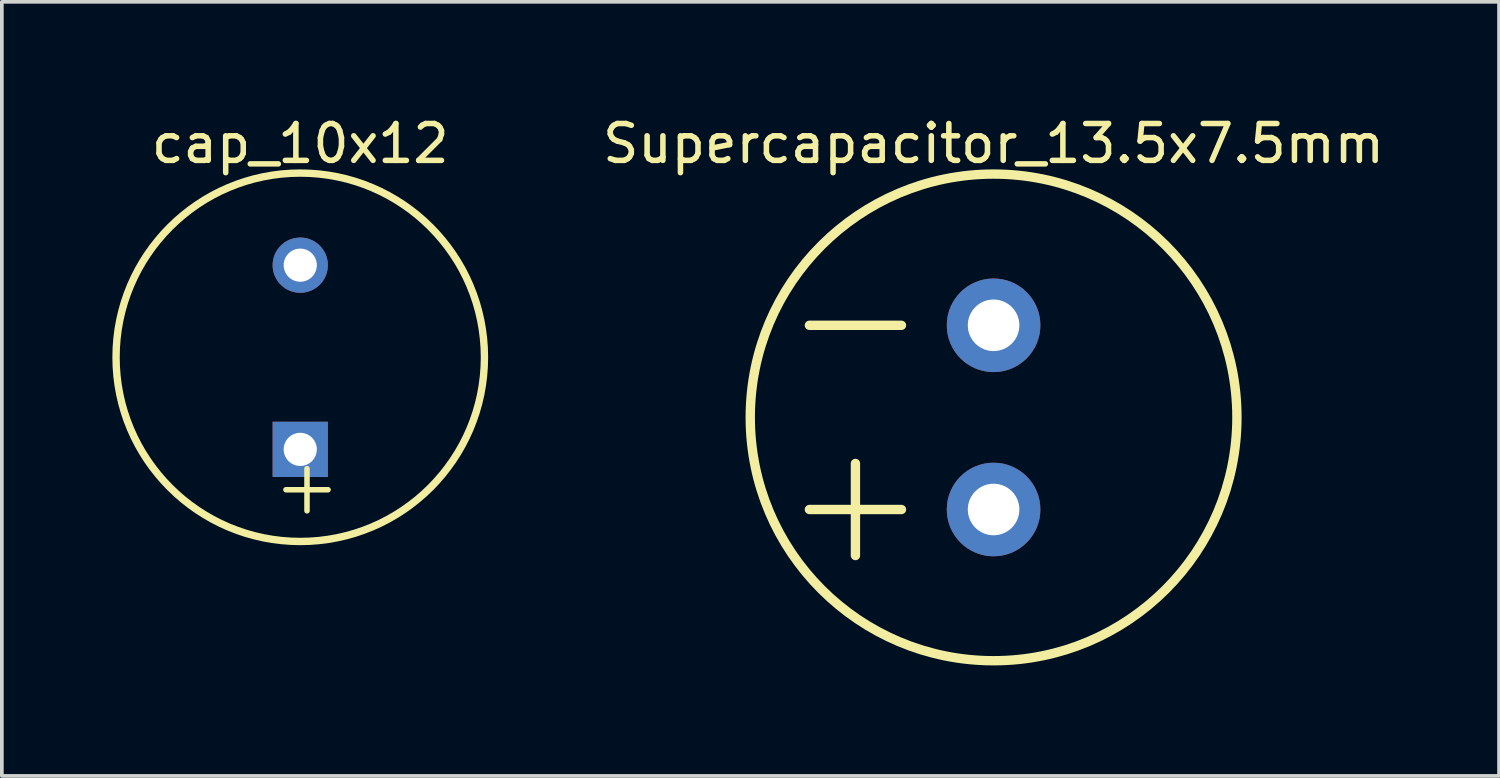
<source format=kicad_pcb>
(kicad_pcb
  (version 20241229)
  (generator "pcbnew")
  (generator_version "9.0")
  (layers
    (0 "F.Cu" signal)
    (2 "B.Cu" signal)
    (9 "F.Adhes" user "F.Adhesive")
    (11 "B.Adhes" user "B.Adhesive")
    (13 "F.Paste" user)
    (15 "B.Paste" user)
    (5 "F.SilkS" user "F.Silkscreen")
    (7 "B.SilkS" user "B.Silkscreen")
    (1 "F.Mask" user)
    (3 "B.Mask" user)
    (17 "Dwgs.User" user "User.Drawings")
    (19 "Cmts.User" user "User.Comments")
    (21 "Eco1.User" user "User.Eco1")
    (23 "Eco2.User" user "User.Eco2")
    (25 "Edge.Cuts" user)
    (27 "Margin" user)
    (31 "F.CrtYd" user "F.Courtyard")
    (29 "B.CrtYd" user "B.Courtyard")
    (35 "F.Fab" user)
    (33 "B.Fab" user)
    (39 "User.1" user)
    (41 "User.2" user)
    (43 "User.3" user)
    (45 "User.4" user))
  (footprint "Supercapacitor_13.5x7.5mm"
    (layer "F.Cu")
    (at 23.92 8.28)
    (property "Reference" "Supercapacitor_13.5x7.5mm" (at 0 -7.432 0) (layer "F.SilkS") (effects (font (size 1 1) (thickness 0.15))))
    (fp_line (start -5 -2.5) (end -2.5 -2.5) (stroke (width 0.254) (type solid)) (layer "F.SilkS"))
    (fp_line (start -5 2.5) (end -2.5 2.5) (stroke (width 0.254) (type solid)) (layer "F.SilkS"))
    (fp_line (start -3.75 3.75) (end -3.75 1.25) (stroke (width 0.254) (type solid)) (layer "F.SilkS"))
    (fp_circle (center 0 0) (end 0 -6.605) (stroke (width 0.254) (type solid)) (fill no) (layer "F.SilkS"))
    (pad "N" thru_hole circle (at 0 -2.5) (size 2.54 2.54) (drill 1.4) (layers "*.Cu" "*.Mask"))
    (pad "P" thru_hole circle (at 0 2.5) (size 2.54 2.54) (drill 1.4) (layers "*.Cu" "*.Mask")))
  (footprint "cap_10x12"
    (layer "F.Cu")
    (at 5.1 6.699)
    (property "Reference" "cap_10x12" (at 0 -5.851 0) (layer "F.SilkS") (effects (font (size 1 1) (thickness 0.15))))
    (fp_circle (center 0 -0.051) (end 0 -5.051) (stroke (width 0.2) (type solid)) (fill no) (layer "F.SilkS"))
    (fp_text user "+" (at 0.946 4.572 90) (unlocked yes) (layer "F.SilkS") (effects (font (size 1.5 1.5) (thickness 0.15)) (justify left bottom)))
    (pad "N" thru_hole circle (at 0 -2.551 90) (size 1.5 1.5) (drill 0.9) (layers "*.Cu" "*.Mask"))
    (pad "P" thru_hole rect (at 0 2.449 90) (size 1.5 1.5) (drill 0.9) (layers "*.Cu" "*.Mask")))
  (gr_rect
    (start -3 -3)
    (end 37.64 18.012)
    (stroke (width 0.1) (type default))
    (fill no)
    (layer "Edge.Cuts")))
</source>
